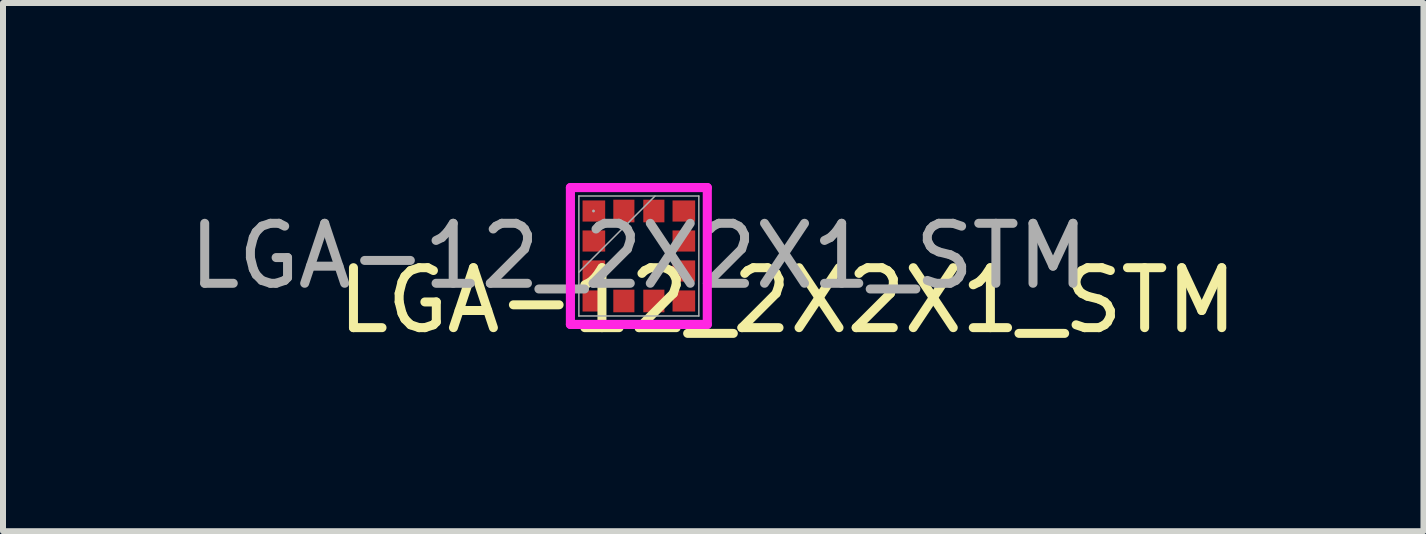
<source format=kicad_pcb>
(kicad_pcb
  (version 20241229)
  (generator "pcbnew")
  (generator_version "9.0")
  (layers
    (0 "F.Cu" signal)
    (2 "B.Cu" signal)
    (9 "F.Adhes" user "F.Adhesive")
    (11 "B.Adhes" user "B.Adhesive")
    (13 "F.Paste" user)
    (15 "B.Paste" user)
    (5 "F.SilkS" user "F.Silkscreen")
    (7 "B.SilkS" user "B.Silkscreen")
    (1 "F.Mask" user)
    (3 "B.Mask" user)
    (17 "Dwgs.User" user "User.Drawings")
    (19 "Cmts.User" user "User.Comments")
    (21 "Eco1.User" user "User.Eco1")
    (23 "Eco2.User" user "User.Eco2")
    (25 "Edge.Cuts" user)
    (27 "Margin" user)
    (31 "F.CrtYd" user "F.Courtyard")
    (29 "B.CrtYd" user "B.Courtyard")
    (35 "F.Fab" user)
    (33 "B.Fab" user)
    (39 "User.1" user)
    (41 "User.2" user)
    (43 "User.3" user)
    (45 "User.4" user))
  (footprint "LGA-12_2X2X1_STM"
    (layer "F.Cu")
    (at 7.601 1.218)
    (property "Reference" "LGA-12_2X2X1_STM" (at 2.48 0.74 0) (unlocked yes) (layer "F.SilkS") (effects (font (size 1 1) (thickness 0.15))))
    (attr smd)
    (fp_line (start -1.141 -1.141) (end 1.141 -1.141) (stroke (width 0.152) (type solid)) (layer "F.CrtYd"))
    (fp_line (start -1.141 1.141) (end -1.141 -1.141) (stroke (width 0.152) (type solid)) (layer "F.CrtYd"))
    (fp_line (start 1.141 -1.141) (end 1.141 1.141) (stroke (width 0.152) (type solid)) (layer "F.CrtYd"))
    (fp_line (start 1.141 1.141) (end -1.141 1.141) (stroke (width 0.152) (type solid)) (layer "F.CrtYd"))
    (fp_line (start -1 -1) (end -1 1) (stroke (width 0.025) (type solid)) (layer "F.Fab"))
    (fp_line (start -1 0.27) (end 0.27 -1) (stroke (width 0.025) (type solid)) (layer "F.Fab"))
    (fp_line (start -1 1) (end 1 1) (stroke (width 0.025) (type solid)) (layer "F.Fab"))
    (fp_line (start 1 -1) (end -1 -1) (stroke (width 0.025) (type solid)) (layer "F.Fab"))
    (fp_line (start 1 1) (end 1 -1) (stroke (width 0.025) (type solid)) (layer "F.Fab"))
    (fp_circle (center -0.756 -0.75) (end -0.756 -0.75) (stroke (width 0.025) (type solid)) (fill no) (layer "F.Fab"))
    (fp_text user "${REFERENCE}" (at 0 0 0) (unlocked yes) (layer "F.Fab") (effects (font (size 1 1) (thickness 0.15))))
    (pad "1" smd rect (at -0.75 -0.75) (size 0.377 0.352) (layers "F.Cu" "F.Mask" "F.Paste"))
    (pad "2" smd rect (at -0.75 -0.25) (size 0.377 0.352) (layers "F.Cu" "F.Mask" "F.Paste"))
    (pad "3" smd rect (at -0.75 0.25) (size 0.377 0.352) (layers "F.Cu" "F.Mask" "F.Paste"))
    (pad "4" smd rect (at -0.75 0.75) (size 0.377 0.352) (layers "F.Cu" "F.Mask" "F.Paste"))
    (pad "5" smd rect (at -0.25 0.75 90) (size 0.377 0.352) (layers "F.Cu" "F.Mask" "F.Paste"))
    (pad "6" smd rect (at 0.25 0.75 90) (size 0.377 0.352) (layers "F.Cu" "F.Mask" "F.Paste"))
    (pad "7" smd rect (at 0.75 0.75) (size 0.377 0.352) (layers "F.Cu" "F.Mask" "F.Paste"))
    (pad "8" smd rect (at 0.75 0.25) (size 0.377 0.352) (layers "F.Cu" "F.Mask" "F.Paste"))
    (pad "9" smd rect (at 0.75 -0.25) (size 0.377 0.352) (layers "F.Cu" "F.Mask" "F.Paste"))
    (pad "10" smd rect (at 0.75 -0.75) (size 0.377 0.352) (layers "F.Cu" "F.Mask" "F.Paste"))
    (pad "11" smd rect (at 0.25 -0.75 90) (size 0.377 0.352) (layers "F.Cu" "F.Mask" "F.Paste"))
    (pad "12" smd rect (at -0.25 -0.75 90) (size 0.377 0.352) (layers "F.Cu" "F.Mask" "F.Paste")))
  (gr_rect
    (start -3 -3)
    (end 20.682 5.806)
    (stroke (width 0.1) (type default))
    (fill no)
    (layer "Edge.Cuts")))
</source>
